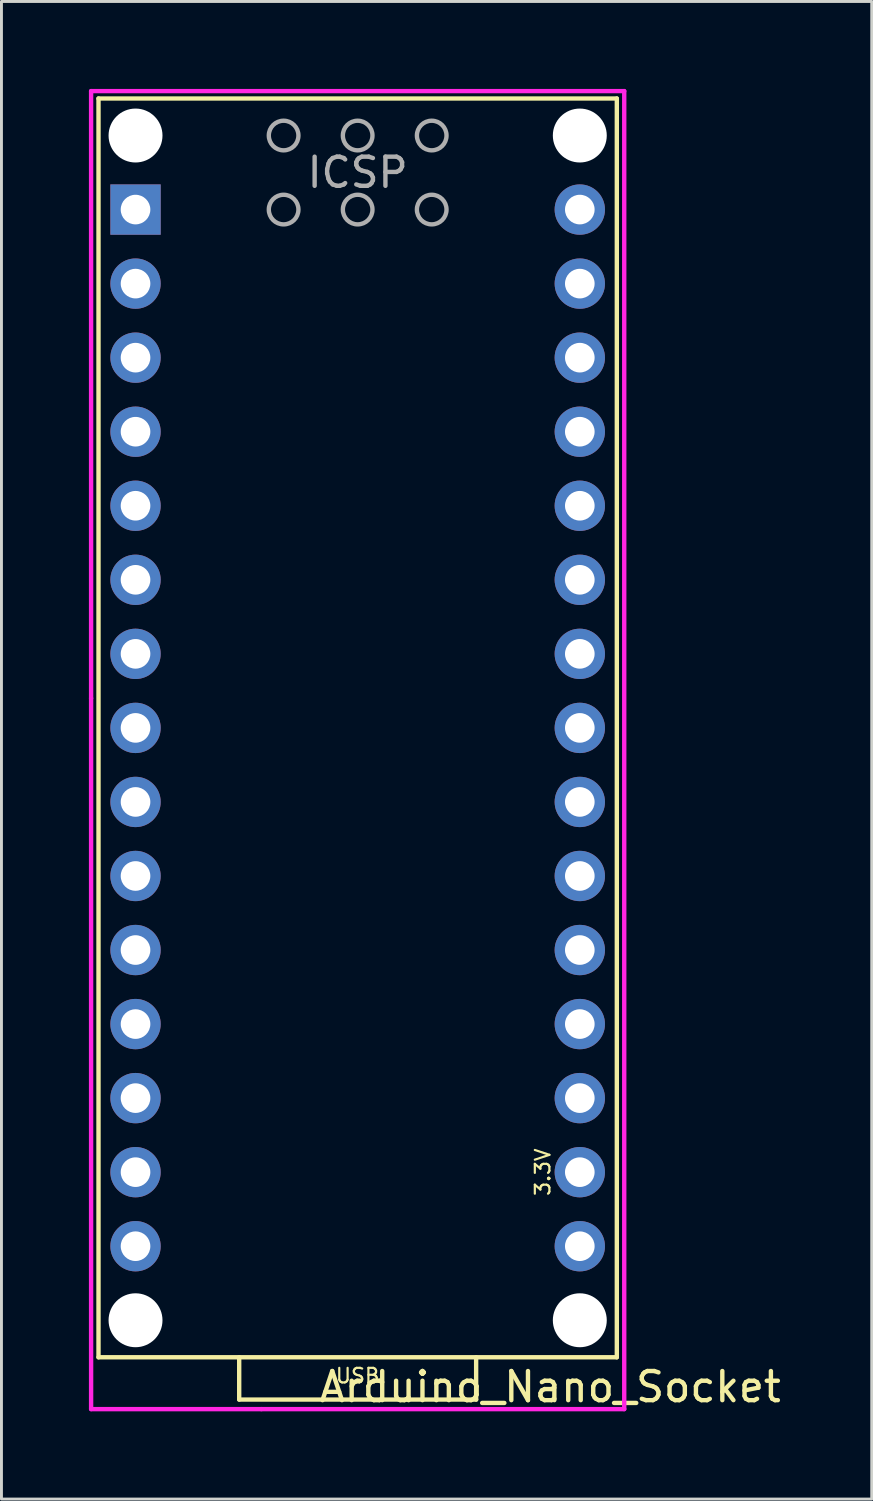
<source format=kicad_pcb>
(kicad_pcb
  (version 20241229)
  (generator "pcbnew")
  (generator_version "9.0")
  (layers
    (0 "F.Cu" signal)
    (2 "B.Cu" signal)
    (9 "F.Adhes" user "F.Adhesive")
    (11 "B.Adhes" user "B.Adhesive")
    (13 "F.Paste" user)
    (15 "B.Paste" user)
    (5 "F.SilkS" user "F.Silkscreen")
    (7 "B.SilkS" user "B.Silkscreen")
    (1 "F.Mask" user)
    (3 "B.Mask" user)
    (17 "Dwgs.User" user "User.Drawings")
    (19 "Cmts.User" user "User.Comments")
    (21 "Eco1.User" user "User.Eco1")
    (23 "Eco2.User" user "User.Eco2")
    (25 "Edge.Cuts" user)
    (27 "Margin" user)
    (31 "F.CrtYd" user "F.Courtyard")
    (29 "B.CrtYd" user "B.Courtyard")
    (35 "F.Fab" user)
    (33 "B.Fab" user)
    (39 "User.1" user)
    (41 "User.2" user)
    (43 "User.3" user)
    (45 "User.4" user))
  (footprint "Arduino_Nano_Socket"
    (layer "F.Cu")
    (at 9.219 43.509)
    (property "Reference" "Arduino_Nano_Socket" (at 6.604 1.016 0) (layer "F.SilkS") (effects (font (size 1 1) (thickness 0.15))))
    (attr through_hole)
    (fp_line (start -8.89 -43.18) (end -8.89 0) (stroke (width 0.15) (type solid)) (layer "F.SilkS"))
    (fp_line (start -8.89 -43.18) (end 8.89 -43.18) (stroke (width 0.15) (type solid)) (layer "F.SilkS"))
    (fp_line (start -8.89 0) (end 8.89 0) (stroke (width 0.15) (type solid)) (layer "F.SilkS"))
    (fp_line (start -4.064 0) (end -4.064 1.45) (stroke (width 0.15) (type solid)) (layer "F.SilkS"))
    (fp_line (start -4.064 1.45) (end 4.064 1.45) (stroke (width 0.15) (type solid)) (layer "F.SilkS"))
    (fp_line (start 4.064 1.45) (end 4.064 0) (stroke (width 0.15) (type solid)) (layer "F.SilkS"))
    (fp_line (start 8.89 -43.18) (end 8.89 0) (stroke (width 0.15) (type solid)) (layer "F.SilkS"))
    (fp_line (start -9.144 -43.434) (end 9.144 -43.434) (stroke (width 0.15) (type solid)) (layer "F.CrtYd"))
    (fp_line (start -9.144 -22.606) (end -9.144 -43.434) (stroke (width 0.15) (type solid)) (layer "F.CrtYd"))
    (fp_line (start -9.144 1.778) (end -9.144 -22.606) (stroke (width 0.15) (type solid)) (layer "F.CrtYd"))
    (fp_line (start -3.302 1.778) (end -9.144 1.778) (stroke (width 0.15) (type solid)) (layer "F.CrtYd"))
    (fp_line (start 9.144 -43.434) (end 9.144 1.778) (stroke (width 0.15) (type solid)) (layer "F.CrtYd"))
    (fp_line (start 9.144 1.778) (end -3.302 1.778) (stroke (width 0.15) (type solid)) (layer "F.CrtYd"))
    (fp_circle (center -2.54 -41.91) (end -2.032 -41.91) (stroke (width 0.15) (type solid)) (fill no) (layer "F.Fab"))
    (fp_circle (center -2.54 -39.37) (end -2.032 -39.37) (stroke (width 0.15) (type solid)) (fill no) (layer "F.Fab"))
    (fp_circle (center 0 -41.91) (end 0.508 -41.91) (stroke (width 0.15) (type solid)) (fill no) (layer "F.Fab"))
    (fp_circle (center 0 -39.37) (end 0.508 -39.37) (stroke (width 0.15) (type solid)) (fill no) (layer "F.Fab"))
    (fp_circle (center 2.54 -41.91) (end 3.048 -41.91) (stroke (width 0.15) (type solid)) (fill no) (layer "F.Fab"))
    (fp_circle (center 2.54 -39.37) (end 3.048 -39.37) (stroke (width 0.15) (type solid)) (fill no) (layer "F.Fab"))
    (fp_text user "3.3V" (at 6.35 -6.35 90) (layer "F.SilkS") (effects (font (size 0.5 0.5) (thickness 0.075))))
    (fp_text user "USB" (at 0 0.635 0) (layer "F.SilkS") (effects (font (size 0.5 0.5) (thickness 0.075))))
    (fp_text user "ICSP" (at 0 -40.64 0) (layer "F.Fab") (effects (font (size 1 1) (thickness 0.15))))
    (pad "" np_thru_hole circle (at -7.62 -41.91) (size 1.85 1.85) (drill 1.85) (layers "*.Cu" "*.Mask"))
    (pad "" np_thru_hole circle (at -7.62 -1.27) (size 1.85 1.85) (drill 1.85) (layers "*.Cu" "*.Mask"))
    (pad "" np_thru_hole circle (at 7.62 -41.91) (size 1.85 1.85) (drill 1.85) (layers "*.Cu" "*.Mask"))
    (pad "" np_thru_hole circle (at 7.62 -1.27) (size 1.85 1.85) (drill 1.85) (layers "*.Cu" "*.Mask"))
    (pad "3V3" thru_hole circle (at 7.62 -6.35) (size 1.727 1.727) (drill 1.016) (layers "*.Cu" "*.Mask"))
    (pad "5V" thru_hole circle (at 7.62 -31.75) (size 1.727 1.727) (drill 1.016) (layers "*.Cu" "*.Mask"))
    (pad "A0" thru_hole circle (at 7.62 -11.43) (size 1.727 1.727) (drill 1.016) (layers "*.Cu" "*.Mask"))
    (pad "A1" thru_hole circle (at 7.62 -13.97) (size 1.727 1.727) (drill 1.016) (layers "*.Cu" "*.Mask"))
    (pad "A2" thru_hole circle (at 7.62 -16.51) (size 1.727 1.727) (drill 1.016) (layers "*.Cu" "*.Mask"))
    (pad "A3" thru_hole circle (at 7.62 -19.05) (size 1.727 1.727) (drill 1.016) (layers "*.Cu" "*.Mask"))
    (pad "A4" thru_hole circle (at 7.62 -21.59) (size 1.727 1.727) (drill 1.016) (layers "*.Cu" "*.Mask"))
    (pad "A5" thru_hole circle (at 7.62 -24.13) (size 1.727 1.727) (drill 1.016) (layers "*.Cu" "*.Mask"))
    (pad "A6" thru_hole circle (at 7.62 -26.67) (size 1.727 1.727) (drill 1.016) (layers "*.Cu" "*.Mask"))
    (pad "A7" thru_hole circle (at 7.62 -29.21) (size 1.727 1.727) (drill 1.016) (layers "*.Cu" "*.Mask"))
    (pad "AREF" thru_hole circle (at 7.62 -8.89) (size 1.727 1.727) (drill 1.016) (layers "*.Cu" "*.Mask"))
    (pad "D0" thru_hole circle (at -7.62 -36.83) (size 1.727 1.727) (drill 1.016) (layers "*.Cu" "*.Mask"))
    (pad "D1" thru_hole rect (at -7.62 -39.37) (size 1.727 1.727) (drill 1.016) (layers "*.Cu" "*.Mask"))
    (pad "D2" thru_hole circle (at -7.62 -29.21) (size 1.727 1.727) (drill 1.016) (layers "*.Cu" "*.Mask"))
    (pad "D3" thru_hole circle (at -7.62 -26.67) (size 1.727 1.727) (drill 1.016) (layers "*.Cu" "*.Mask"))
    (pad "D4" thru_hole circle (at -7.62 -24.13) (size 1.727 1.727) (drill 1.016) (layers "*.Cu" "*.Mask"))
    (pad "D5" thru_hole circle (at -7.62 -21.59) (size 1.727 1.727) (drill 1.016) (layers "*.Cu" "*.Mask"))
    (pad "D6" thru_hole circle (at -7.62 -19.05) (size 1.727 1.727) (drill 1.016) (layers "*.Cu" "*.Mask"))
    (pad "D7" thru_hole circle (at -7.62 -16.51) (size 1.727 1.727) (drill 1.016) (layers "*.Cu" "*.Mask"))
    (pad "D8" thru_hole circle (at -7.62 -13.97) (size 1.727 1.727) (drill 1.016) (layers "*.Cu" "*.Mask"))
    (pad "D9" thru_hole circle (at -7.62 -11.43) (size 1.727 1.727) (drill 1.016) (layers "*.Cu" "*.Mask"))
    (pad "D10" thru_hole circle (at -7.62 -8.89) (size 1.727 1.727) (drill 1.016) (layers "*.Cu" "*.Mask"))
    (pad "D11" thru_hole circle (at -7.62 -6.35) (size 1.727 1.727) (drill 1.016) (layers "*.Cu" "*.Mask"))
    (pad "D12" thru_hole circle (at -7.62 -3.81) (size 1.727 1.727) (drill 1.016) (layers "*.Cu" "*.Mask"))
    (pad "D13" thru_hole circle (at 7.62 -3.81) (size 1.727 1.727) (drill 1.016) (layers "*.Cu" "*.Mask"))
    (pad "GND1" thru_hole circle (at -7.62 -31.75) (size 1.727 1.727) (drill 1.016) (layers "*.Cu" "*.Mask"))
    (pad "GND2" thru_hole circle (at 7.62 -36.83) (size 1.727 1.727) (drill 1.016) (layers "*.Cu" "*.Mask"))
    (pad "RST1" thru_hole circle (at -7.62 -34.29) (size 1.727 1.727) (drill 1.016) (layers "*.Cu" "*.Mask"))
    (pad "RST2" thru_hole circle (at 7.62 -34.29) (size 1.727 1.727) (drill 1.016) (layers "*.Cu" "*.Mask"))
    (pad "VIN" thru_hole circle (at 7.62 -39.37) (size 1.727 1.727) (drill 1.016) (layers "*.Cu" "*.Mask")))
  (gr_rect
    (start -3 -3)
    (end 26.853 48.373)
    (stroke (width 0.1) (type default))
    (fill no)
    (layer "Edge.Cuts")))
</source>
